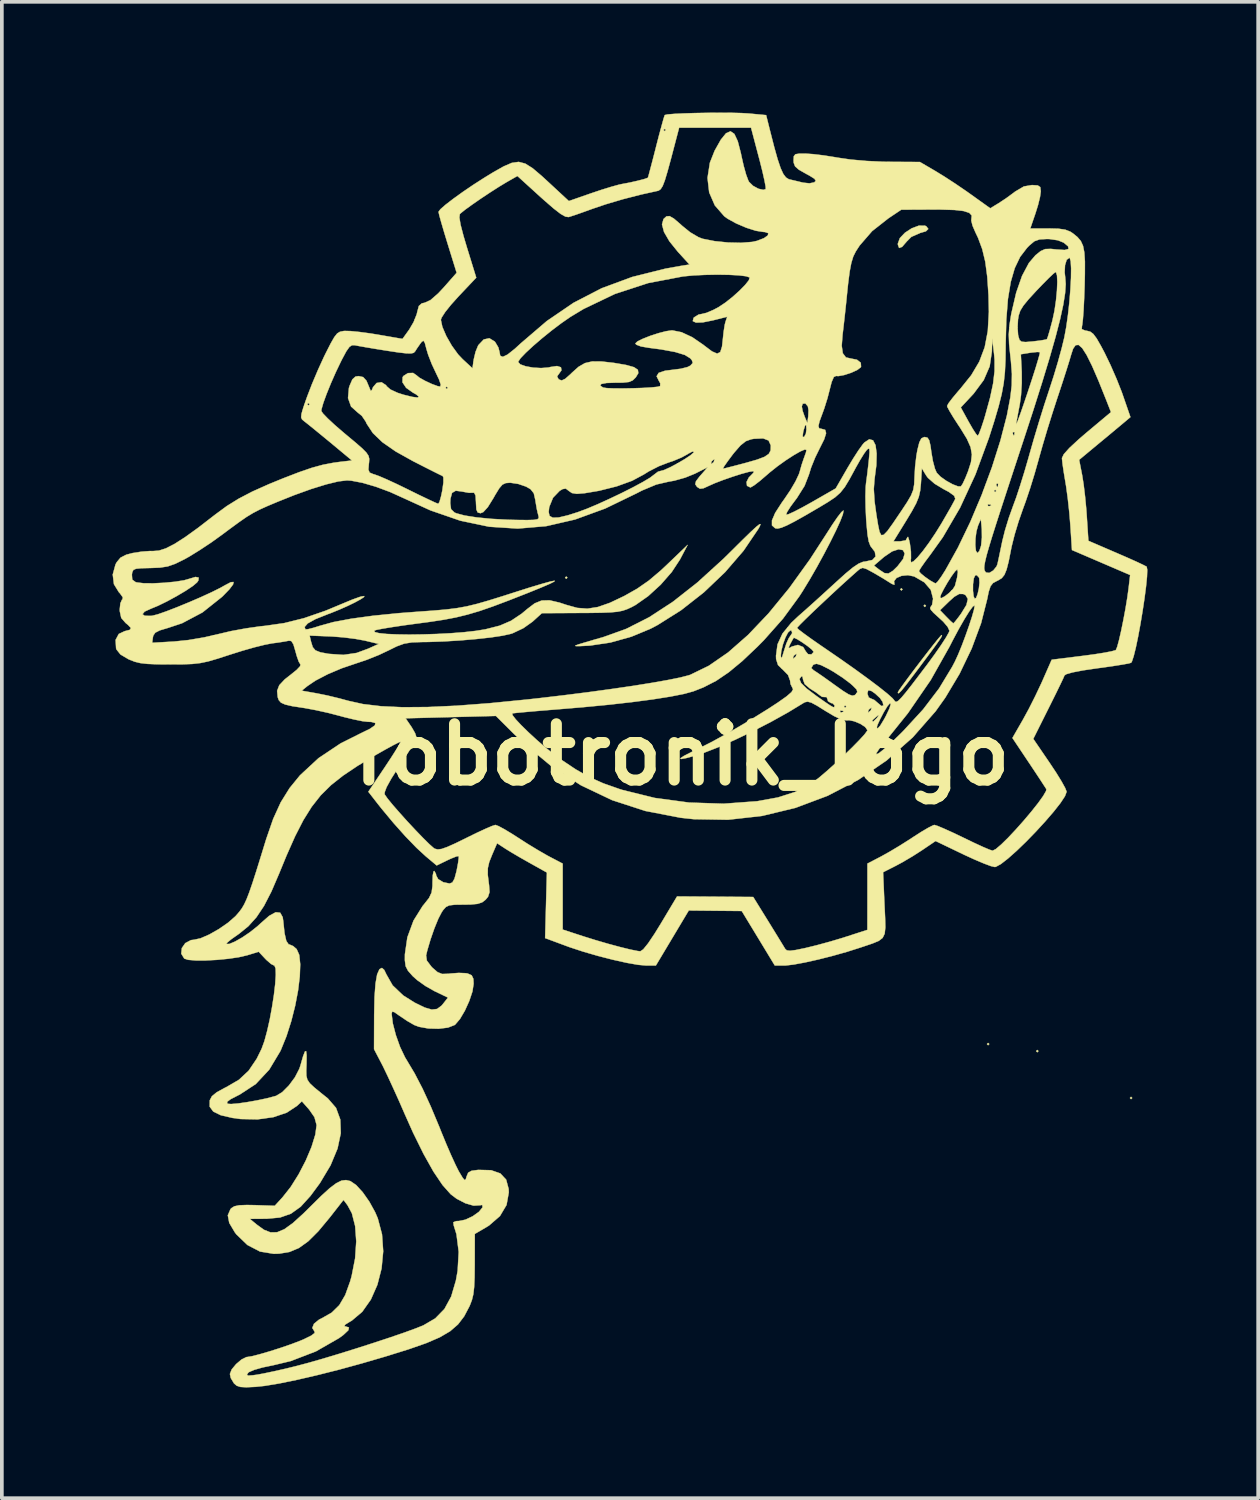
<source format=kicad_pcb>
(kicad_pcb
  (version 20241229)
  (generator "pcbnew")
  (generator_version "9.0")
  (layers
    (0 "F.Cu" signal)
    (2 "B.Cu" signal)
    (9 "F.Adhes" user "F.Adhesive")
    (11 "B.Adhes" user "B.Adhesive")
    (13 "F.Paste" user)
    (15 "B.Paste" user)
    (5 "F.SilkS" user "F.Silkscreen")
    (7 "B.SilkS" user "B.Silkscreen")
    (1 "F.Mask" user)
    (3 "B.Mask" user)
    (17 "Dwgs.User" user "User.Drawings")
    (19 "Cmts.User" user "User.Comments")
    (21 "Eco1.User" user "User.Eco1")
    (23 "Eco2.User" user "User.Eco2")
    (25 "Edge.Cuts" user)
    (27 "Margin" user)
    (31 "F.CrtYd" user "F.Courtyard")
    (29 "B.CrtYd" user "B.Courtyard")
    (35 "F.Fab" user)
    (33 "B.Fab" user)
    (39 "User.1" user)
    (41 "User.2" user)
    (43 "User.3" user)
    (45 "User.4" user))
  (footprint "robotronik_logo"
    (layer "F.Cu")
    (at 15.434 17.395)
    (property "Reference" "robotronik_logo" (at 0 0 0) (layer "F.SilkS") (effects (font (size 1.524 1.524) (thickness 0.3))))
    (attr through_hole)
    (fp_poly (pts (xy -3.111 -4.794) (xy -3.143 -4.763) (xy -3.175 -4.794) (xy -3.143 -4.826) (xy -3.111 -4.794)) (stroke (width 0.01) (type solid)) (fill yes) (layer "F.SilkS"))
    (fp_poly (pts (xy 5.969 -4.477) (xy 5.937 -4.445) (xy 5.905 -4.477) (xy 5.937 -4.508) (xy 5.969 -4.477)) (stroke (width 0.01) (type solid)) (fill yes) (layer "F.SilkS"))
    (fp_poly (pts (xy 6.604 -4.032) (xy 6.572 -4) (xy 6.54 -4.032) (xy 6.572 -4.064) (xy 6.604 -4.032)) (stroke (width 0.01) (type solid)) (fill yes) (layer "F.SilkS"))
    (fp_poly (pts (xy 8.319 7.842) (xy 8.287 7.874) (xy 8.255 7.842) (xy 8.287 7.811) (xy 8.319 7.842)) (stroke (width 0.01) (type solid)) (fill yes) (layer "F.SilkS"))
    (fp_poly (pts (xy 9.652 8.033) (xy 9.62 8.065) (xy 9.588 8.033) (xy 9.62 8.001) (xy 9.652 8.033)) (stroke (width 0.01) (type solid)) (fill yes) (layer "F.SilkS"))
    (fp_poly (pts (xy 12.192 9.303) (xy 12.16 9.335) (xy 12.129 9.303) (xy 12.16 9.271) (xy 12.192 9.303)) (stroke (width 0.01) (type solid)) (fill yes) (layer "F.SilkS"))
    (fp_poly (pts (xy 6.611 -14.315) (xy 6.667 -14.243) (xy 6.603 -14.179) (xy 6.445 -14.133) (xy 6.206 -14.027) (xy 6.084 -13.904) (xy 5.956 -13.756) (xy 5.876 -13.727) (xy 5.843 -13.814) (xy 5.842 -13.846) (xy 5.896 -13.994) (xy 6.034 -14.139) (xy 6.217 -14.259) (xy 6.41 -14.331) (xy 6.573 -14.332) (xy 6.611 -14.315)) (stroke (width 0.01) (type solid)) (fill yes) (layer "F.SilkS"))
    (fp_poly (pts (xy 7.038 -3.228) (xy 7.021 -3.187) (xy 6.967 -3.102) (xy 6.866 -2.96) (xy 6.709 -2.746) (xy 6.487 -2.448) (xy 6.425 -2.365) (xy 6.202 -2.069) (xy 6.043 -1.862) (xy 5.938 -1.733) (xy 5.876 -1.671) (xy 5.848 -1.662) (xy 5.842 -1.687) (xy 5.878 -1.749) (xy 5.976 -1.887) (xy 6.119 -2.082) (xy 6.292 -2.312) (xy 6.477 -2.555) (xy 6.658 -2.79) (xy 6.819 -2.995) (xy 6.944 -3.149) (xy 7.016 -3.231) (xy 7.026 -3.239) (xy 7.038 -3.228)) (stroke (width 0.01) (type solid)) (fill yes) (layer "F.SilkS"))
    (fp_poly (pts (xy 2.103 -6.191) (xy 2.063 -6.117) (xy 1.662 -5.525) (xy 1.161 -4.944) (xy 0.587 -4.397) (xy -0.033 -3.911) (xy -0.674 -3.508) (xy -0.857 -3.412) (xy -1.379 -3.195) (xy -1.945 -3.037) (xy -2.492 -2.955) (xy -2.537 -2.952) (xy -2.768 -2.94) (xy -2.885 -2.94) (xy -2.899 -2.953) (xy -2.822 -2.983) (xy -2.794 -2.992) (xy -2.617 -3.045) (xy -2.373 -3.117) (xy -2.13 -3.187) (xy -1.516 -3.408) (xy -0.893 -3.724) (xy -0.254 -4.141) (xy 0.411 -4.664) (xy 1.109 -5.299) (xy 1.327 -5.513) (xy 1.631 -5.815) (xy 1.854 -6.032) (xy 2.005 -6.172) (xy 2.092 -6.24) (xy 2.121 -6.245) (xy 2.103 -6.191)) (stroke (width 0.01) (type solid)) (fill yes) (layer "F.SilkS"))
    (fp_poly (pts (xy 1.333 -17.389) (xy 1.6 -17.382) (xy 1.792 -17.371) (xy 2.273 -17.326) (xy 2.379 -16.902) (xy 2.492 -16.461) (xy 2.585 -16.129) (xy 2.665 -15.891) (xy 2.738 -15.732) (xy 2.81 -15.637) (xy 2.887 -15.589) (xy 2.911 -15.583) (xy 3.102 -15.538) (xy 3.276 -15.496) (xy 3.448 -15.478) (xy 3.578 -15.505) (xy 3.619 -15.548) (xy 3.581 -15.603) (xy 3.449 -15.686) (xy 3.35 -15.739) (xy 3.159 -15.848) (xy 3.058 -15.937) (xy 3.02 -16.036) (xy 3.016 -16.101) (xy 3.023 -16.211) (xy 3.066 -16.266) (xy 3.178 -16.284) (xy 3.334 -16.284) (xy 3.547 -16.269) (xy 3.832 -16.235) (xy 4.135 -16.187) (xy 4.213 -16.173) (xy 4.566 -16.122) (xy 4.996 -16.084) (xy 5.452 -16.063) (xy 5.607 -16.061) (xy 6.439 -16.056) (xy 6.855 -15.813) (xy 7.098 -15.664) (xy 7.393 -15.472) (xy 7.691 -15.269) (xy 7.808 -15.186) (xy 8.345 -14.802) (xy 8.57 -14.938) (xy 8.772 -15.071) (xy 8.982 -15.225) (xy 9.016 -15.252) (xy 9.257 -15.394) (xy 9.476 -15.431) (xy 9.633 -15.421) (xy 9.7 -15.376) (xy 9.714 -15.267) (xy 9.714 -15.256) (xy 9.693 -15.106) (xy 9.639 -14.887) (xy 9.571 -14.668) (xy 9.43 -14.256) (xy 9.917 -14.256) (xy 10.192 -14.249) (xy 10.378 -14.222) (xy 10.514 -14.169) (xy 10.584 -14.123) (xy 10.709 -14.021) (xy 10.799 -13.915) (xy 10.859 -13.784) (xy 10.894 -13.606) (xy 10.91 -13.359) (xy 10.909 -13.024) (xy 10.902 -12.7) (xy 10.889 -12.352) (xy 10.874 -12.044) (xy 10.856 -11.8) (xy 10.838 -11.646) (xy 10.83 -11.609) (xy 10.825 -11.528) (xy 10.917 -11.489) (xy 10.965 -11.482) (xy 11.055 -11.459) (xy 11.137 -11.397) (xy 11.228 -11.275) (xy 11.344 -11.073) (xy 11.441 -10.89) (xy 11.602 -10.557) (xy 11.768 -10.177) (xy 11.909 -9.82) (xy 11.94 -9.731) (xy 12.143 -9.144) (xy 12.011 -9.033) (xy 11.91 -8.948) (xy 11.737 -8.804) (xy 11.518 -8.621) (xy 11.317 -8.455) (xy 10.754 -7.987) (xy 10.836 -7.566) (xy 10.876 -7.313) (xy 10.915 -6.987) (xy 10.948 -6.639) (xy 10.96 -6.468) (xy 11.004 -5.793) (xy 11.772 -5.462) (xy 12.062 -5.336) (xy 12.308 -5.226) (xy 12.488 -5.141) (xy 12.579 -5.094) (xy 12.584 -5.09) (xy 12.599 -5.005) (xy 12.592 -4.819) (xy 12.566 -4.556) (xy 12.525 -4.239) (xy 12.473 -3.892) (xy 12.414 -3.538) (xy 12.352 -3.201) (xy 12.29 -2.903) (xy 12.232 -2.669) (xy 12.183 -2.522) (xy 12.162 -2.489) (xy 12.091 -2.469) (xy 11.917 -2.438) (xy 11.665 -2.398) (xy 11.358 -2.354) (xy 11.256 -2.341) (xy 10.862 -2.283) (xy 10.576 -2.228) (xy 10.405 -2.179) (xy 10.356 -2.145) (xy 10.32 -2.061) (xy 10.237 -1.887) (xy 10.119 -1.645) (xy 9.976 -1.357) (xy 9.92 -1.245) (xy 9.511 -0.427) (xy 9.962 0.234) (xy 10.135 0.495) (xy 10.277 0.726) (xy 10.375 0.904) (xy 10.414 1.004) (xy 10.414 1.007) (xy 10.369 1.127) (xy 10.247 1.312) (xy 10.064 1.545) (xy 9.836 1.809) (xy 9.582 2.086) (xy 9.318 2.358) (xy 9.06 2.607) (xy 8.826 2.815) (xy 8.632 2.966) (xy 8.496 3.04) (xy 8.469 3.045) (xy 8.362 3.02) (xy 8.169 2.948) (xy 7.915 2.84) (xy 7.627 2.708) (xy 7.599 2.694) (xy 6.864 2.341) (xy 6.496 2.59) (xy 6.242 2.753) (xy 5.967 2.915) (xy 5.785 3.013) (xy 5.442 3.187) (xy 5.48 4.07) (xy 5.497 4.426) (xy 5.503 4.679) (xy 5.485 4.851) (xy 5.429 4.966) (xy 5.324 5.047) (xy 5.154 5.117) (xy 4.908 5.2) (xy 4.818 5.23) (xy 4.465 5.342) (xy 4.079 5.451) (xy 3.689 5.55) (xy 3.326 5.631) (xy 3.018 5.688) (xy 2.795 5.714) (xy 2.762 5.714) (xy 2.508 5.714) (xy 2.06 4.975) (xy 1.612 4.237) (xy 0.895 4.23) (xy 0.177 4.223) (xy -0.269 4.969) (xy -0.715 5.715) (xy -0.972 5.715) (xy -1.195 5.695) (xy -1.508 5.64) (xy -1.88 5.557) (xy -2.282 5.454) (xy -2.683 5.338) (xy -3.054 5.216) (xy -3.149 5.181) (xy -3.715 4.971) (xy -3.691 4.083) (xy -3.667 3.195) (xy -4.136 2.933) (xy -4.383 2.793) (xy -4.615 2.657) (xy -4.786 2.552) (xy -4.81 2.536) (xy -5.016 2.401) (xy -5.149 2.709) (xy -5.229 2.909) (xy -5.267 3.074) (xy -5.269 3.254) (xy -5.239 3.501) (xy -5.234 3.534) (xy -5.221 3.725) (xy -5.262 3.852) (xy -5.328 3.931) (xy -5.422 4.003) (xy -5.548 4.044) (xy -5.741 4.062) (xy -5.921 4.064) (xy -6.161 4.067) (xy -6.31 4.084) (xy -6.402 4.127) (xy -6.475 4.208) (xy -6.518 4.271) (xy -6.609 4.447) (xy -6.715 4.706) (xy -6.819 5.005) (xy -6.907 5.303) (xy -6.94 5.44) (xy -6.92 5.58) (xy -6.795 5.746) (xy -6.768 5.774) (xy -6.629 5.894) (xy -6.506 5.943) (xy -6.34 5.938) (xy -6.272 5.93) (xy -6.055 5.914) (xy -5.863 5.922) (xy -5.815 5.93) (xy -5.705 5.978) (xy -5.659 6.075) (xy -5.652 6.208) (xy -5.684 6.417) (xy -5.77 6.674) (xy -5.889 6.937) (xy -6.023 7.164) (xy -6.151 7.314) (xy -6.167 7.326) (xy -6.347 7.396) (xy -6.6 7.427) (xy -6.878 7.42) (xy -7.133 7.374) (xy -7.258 7.327) (xy -7.451 7.216) (xy -7.65 7.082) (xy -7.668 7.07) (xy -7.798 6.978) (xy -7.858 6.962) (xy -7.873 7.016) (xy -7.873 7.029) (xy -7.841 7.286) (xy -7.759 7.6) (xy -7.644 7.922) (xy -7.511 8.201) (xy -7.471 8.267) (xy -7.25 8.637) (xy -7.036 9.049) (xy -6.816 9.527) (xy -6.577 10.098) (xy -6.532 10.212) (xy -6.398 10.538) (xy -6.264 10.849) (xy -6.144 11.11) (xy -6.054 11.29) (xy -6.046 11.303) (xy -5.949 11.465) (xy -5.895 11.528) (xy -5.864 11.504) (xy -5.843 11.43) (xy -5.799 11.327) (xy -5.707 11.275) (xy -5.527 11.251) (xy -5.178 11.26) (xy -4.928 11.347) (xy -4.771 11.515) (xy -4.703 11.768) (xy -4.699 11.862) (xy -4.76 12.201) (xy -4.939 12.502) (xy -5.234 12.758) (xy -5.32 12.811) (xy -5.62 12.986) (xy -5.622 13.811) (xy -5.626 14.168) (xy -5.638 14.428) (xy -5.66 14.62) (xy -5.698 14.776) (xy -5.755 14.925) (xy -5.769 14.954) (xy -5.909 15.22) (xy -6.076 15.438) (xy -6.289 15.622) (xy -6.568 15.786) (xy -6.932 15.943) (xy -7.401 16.107) (xy -7.429 16.116) (xy -8.045 16.308) (xy -8.672 16.491) (xy -9.292 16.661) (xy -9.886 16.811) (xy -10.434 16.938) (xy -10.916 17.037) (xy -11.313 17.103) (xy -11.557 17.129) (xy -11.81 17.141) (xy -11.97 17.132) (xy -12.07 17.099) (xy -12.144 17.036) (xy -12.231 16.891) (xy -12.255 16.781) (xy -12.207 16.658) (xy -12.088 16.514) (xy -11.941 16.389) (xy -11.806 16.322) (xy -11.781 16.32) (xy -11.654 16.299) (xy -11.44 16.244) (xy -11.17 16.165) (xy -10.878 16.072) (xy -10.594 15.974) (xy -10.35 15.881) (xy -10.259 15.843) (xy -10.049 15.74) (xy -9.956 15.667) (xy -9.967 15.623) (xy -10.023 15.533) (xy -9.977 15.42) (xy -9.84 15.308) (xy -9.764 15.27) (xy -9.498 15.119) (xy -9.292 14.917) (xy -9.13 14.641) (xy -8.996 14.268) (xy -8.957 14.128) (xy -8.863 13.649) (xy -8.832 13.189) (xy -8.862 12.773) (xy -8.951 12.425) (xy -9.069 12.208) (xy -9.177 12.064) (xy -9.554 12.546) (xy -9.861 12.915) (xy -10.131 13.184) (xy -10.384 13.366) (xy -10.64 13.474) (xy -10.921 13.521) (xy -11.067 13.525) (xy -11.439 13.464) (xy -11.782 13.285) (xy -12.081 12.997) (xy -12.122 12.942) (xy -12.273 12.687) (xy -12.312 12.481) (xy -12.239 12.313) (xy -12.217 12.29) (xy -12.136 12.238) (xy -12.005 12.21) (xy -11.795 12.202) (xy -11.578 12.206) (xy -11.04 12.224) (xy -10.832 11.997) (xy -10.609 11.715) (xy -10.393 11.371) (xy -10.2 10.999) (xy -10.044 10.63) (xy -9.941 10.296) (xy -9.906 10.037) (xy -9.964 9.824) (xy -10.105 9.62) (xy -10.305 9.393) (xy -10.44 9.519) (xy -10.715 9.7) (xy -11.079 9.823) (xy -11.504 9.882) (xy -11.965 9.873) (xy -12.181 9.844) (xy -12.502 9.77) (xy -12.706 9.67) (xy -12.803 9.538) (xy -12.801 9.367) (xy -12.801 9.367) (xy -12.743 9.256) (xy -12.612 9.148) (xy -12.385 9.024) (xy -12.347 9.006) (xy -12.01 8.809) (xy -11.746 8.562) (xy -11.527 8.237) (xy -11.397 7.972) (xy -11.32 7.761) (xy -11.246 7.487) (xy -11.175 7.173) (xy -11.114 6.841) (xy -11.063 6.514) (xy -11.028 6.216) (xy -11.012 5.968) (xy -11.017 5.794) (xy -11.048 5.717) (xy -11.056 5.715) (xy -11.14 5.672) (xy -11.263 5.566) (xy -11.3 5.528) (xy -11.475 5.341) (xy -11.786 5.436) (xy -12.014 5.489) (xy -12.298 5.531) (xy -12.608 5.561) (xy -12.913 5.577) (xy -13.182 5.577) (xy -13.386 5.56) (xy -13.492 5.526) (xy -13.573 5.393) (xy -13.557 5.241) (xy -13.479 5.129) (xy -12.354 5.129) (xy -12.272 5.13) (xy -12.119 5.066) (xy -11.923 4.955) (xy -11.712 4.812) (xy -11.513 4.654) (xy -11.428 4.576) (xy -11.191 4.368) (xy -11.014 4.271) (xy -10.893 4.283) (xy -10.825 4.405) (xy -10.81 4.508) (xy -10.775 4.839) (xy -10.727 5.048) (xy -10.665 5.139) (xy -10.643 5.144) (xy -10.542 5.187) (xy -10.447 5.269) (xy -10.377 5.426) (xy -10.35 5.679) (xy -10.362 6.007) (xy -10.408 6.388) (xy -10.486 6.799) (xy -10.592 7.219) (xy -10.722 7.627) (xy -10.873 7.999) (xy -10.894 8.042) (xy -11.19 8.536) (xy -11.554 8.925) (xy -11.991 9.211) (xy -12.031 9.23) (xy -12.236 9.336) (xy -12.331 9.408) (xy -12.324 9.455) (xy -12.317 9.46) (xy -12.221 9.467) (xy -12.034 9.451) (xy -11.789 9.416) (xy -11.518 9.368) (xy -11.254 9.312) (xy -11.03 9.253) (xy -11 9.244) (xy -10.837 9.145) (xy -10.658 8.965) (xy -10.493 8.742) (xy -10.375 8.514) (xy -10.348 8.434) (xy -10.274 8.177) (xy -10.222 8.043) (xy -10.191 8.033) (xy -10.177 8.144) (xy -10.179 8.372) (xy -10.186 8.566) (xy -10.183 8.703) (xy -10.156 8.808) (xy -10.09 8.905) (xy -9.968 9.019) (xy -9.776 9.176) (xy -9.601 9.316) (xy -9.38 9.571) (xy -9.264 9.888) (xy -9.251 10.258) (xy -9.339 10.673) (xy -9.528 11.127) (xy -9.816 11.609) (xy -10.072 11.956) (xy -10.338 12.249) (xy -10.602 12.438) (xy -10.896 12.541) (xy -11.257 12.575) (xy -11.285 12.575) (xy -11.716 12.578) (xy -11.525 12.735) (xy -11.333 12.874) (xy -11.155 12.944) (xy -10.977 12.941) (xy -10.779 12.858) (xy -10.547 12.69) (xy -10.262 12.431) (xy -10.075 12.246) (xy -9.778 11.953) (xy -9.55 11.745) (xy -9.373 11.612) (xy -9.232 11.542) (xy -9.11 11.527) (xy -8.991 11.555) (xy -8.991 11.555) (xy -8.835 11.662) (xy -8.656 11.858) (xy -8.477 12.113) (xy -8.321 12.396) (xy -8.249 12.563) (xy -8.134 12.997) (xy -8.102 13.457) (xy -8.146 13.921) (xy -8.26 14.365) (xy -8.436 14.764) (xy -8.67 15.096) (xy -8.954 15.336) (xy -9.007 15.366) (xy -9.132 15.443) (xy -9.153 15.486) (xy -9.128 15.491) (xy -9.03 15.52) (xy -9.047 15.597) (xy -9.181 15.723) (xy -9.3 15.81) (xy -9.925 16.168) (xy -10.606 16.43) (xy -11.082 16.544) (xy -11.37 16.604) (xy -11.598 16.669) (xy -11.737 16.729) (xy -11.761 16.749) (xy -11.795 16.804) (xy -11.759 16.825) (xy -11.63 16.815) (xy -11.525 16.801) (xy -11.335 16.766) (xy -11.06 16.708) (xy -10.741 16.636) (xy -10.456 16.566) (xy -10.128 16.479) (xy -9.73 16.365) (xy -9.285 16.231) (xy -8.817 16.085) (xy -8.353 15.936) (xy -7.914 15.791) (xy -7.527 15.658) (xy -7.215 15.544) (xy -7.015 15.464) (xy -6.692 15.275) (xy -6.443 15.02) (xy -6.26 14.683) (xy -6.132 14.248) (xy -6.085 13.985) (xy -6.056 13.473) (xy -6.117 12.994) (xy -6.193 12.748) (xy -6.201 12.669) (xy -6.122 12.639) (xy -6.049 12.636) (xy -5.874 12.6) (xy -5.678 12.508) (xy -5.509 12.388) (xy -5.412 12.269) (xy -5.41 12.261) (xy -5.419 12.2) (xy -5.479 12.21) (xy -5.653 12.22) (xy -5.877 12.155) (xy -6.113 12.032) (xy -6.275 11.909) (xy -6.495 11.661) (xy -6.741 11.296) (xy -7.008 10.82) (xy -7.294 10.24) (xy -7.516 9.743) (xy -7.673 9.383) (xy -7.833 9.029) (xy -7.979 8.713) (xy -8.097 8.467) (xy -8.137 8.388) (xy -8.35 7.98) (xy -8.347 7.054) (xy -8.337 6.568) (xy -8.31 6.203) (xy -8.266 5.954) (xy -8.203 5.814) (xy -8.136 5.779) (xy -8.075 5.832) (xy -8.016 5.954) (xy -7.847 6.251) (xy -7.561 6.524) (xy -7.249 6.72) (xy -6.979 6.852) (xy -6.785 6.908) (xy -6.642 6.891) (xy -6.522 6.802) (xy -6.48 6.752) (xy -6.347 6.583) (xy -6.714 6.407) (xy -6.954 6.271) (xy -7.183 6.108) (xy -7.301 6.002) (xy -7.429 5.858) (xy -7.494 5.732) (xy -7.515 5.57) (xy -7.514 5.411) (xy -7.447 4.949) (xy -7.28 4.496) (xy -7.033 4.101) (xy -7 4.062) (xy -6.86 3.884) (xy -6.79 3.735) (xy -6.767 3.56) (xy -6.766 3.452) (xy -6.759 3.273) (xy -6.738 3.166) (xy -6.718 3.151) (xy -6.671 3.235) (xy -6.668 3.272) (xy -6.612 3.374) (xy -6.476 3.457) (xy -6.308 3.492) (xy -6.304 3.493) (xy -6.228 3.464) (xy -6.17 3.361) (xy -6.116 3.16) (xy -6.11 3.132) (xy -6.073 2.934) (xy -6.055 2.794) (xy -6.058 2.748) (xy -6.123 2.76) (xy -6.263 2.816) (xy -6.367 2.864) (xy -6.653 3.003) (xy -6.948 2.756) (xy -7.201 2.523) (xy -7.501 2.213) (xy -7.823 1.852) (xy -8.143 1.467) (xy -8.237 1.349) (xy -8.487 1.028) (xy -8.065 1.028) (xy -8.062 1.079) (xy -7.985 1.189) (xy -7.844 1.362) (xy -7.656 1.577) (xy -7.444 1.813) (xy -7.225 2.047) (xy -7.02 2.26) (xy -6.85 2.428) (xy -6.733 2.531) (xy -6.704 2.55) (xy -6.625 2.569) (xy -6.519 2.556) (xy -6.366 2.502) (xy -6.142 2.402) (xy -5.853 2.26) (xy -5.576 2.124) (xy -5.335 2.012) (xy -5.156 1.935) (xy -5.063 1.905) (xy -5.061 1.905) (xy -4.974 1.938) (xy -4.809 2.027) (xy -4.595 2.157) (xy -4.458 2.245) (xy -4.184 2.421) (xy -3.902 2.592) (xy -3.659 2.732) (xy -3.59 2.769) (xy -3.239 2.953) (xy -3.239 4.74) (xy -2.683 4.922) (xy -2.349 5.026) (xy -2.006 5.126) (xy -1.68 5.214) (xy -1.402 5.282) (xy -1.201 5.322) (xy -1.135 5.329) (xy -1.056 5.276) (xy -0.925 5.114) (xy -0.749 4.852) (xy -0.586 4.588) (xy -0.14 3.842) (xy 0.892 3.849) (xy 1.923 3.857) (xy 2.331 4.516) (xy 2.493 4.779) (xy 2.633 5.007) (xy 2.737 5.177) (xy 2.789 5.263) (xy 2.833 5.303) (xy 2.92 5.314) (xy 3.076 5.294) (xy 3.327 5.242) (xy 3.341 5.239) (xy 3.643 5.165) (xy 3.999 5.068) (xy 4.345 4.965) (xy 4.429 4.938) (xy 5.016 4.748) (xy 5.017 3.85) (xy 5.017 2.953) (xy 5.382 2.763) (xy 5.608 2.637) (xy 5.888 2.47) (xy 6.171 2.291) (xy 6.249 2.239) (xy 6.475 2.094) (xy 6.667 1.981) (xy 6.798 1.915) (xy 6.832 1.905) (xy 6.918 1.932) (xy 7.092 2.005) (xy 7.331 2.113) (xy 7.608 2.245) (xy 7.626 2.254) (xy 7.903 2.388) (xy 8.142 2.498) (xy 8.318 2.573) (xy 8.407 2.603) (xy 8.409 2.603) (xy 8.498 2.558) (xy 8.643 2.434) (xy 8.83 2.251) (xy 9.039 2.028) (xy 9.256 1.784) (xy 9.463 1.538) (xy 9.643 1.311) (xy 9.78 1.12) (xy 9.857 0.986) (xy 9.865 0.934) (xy 9.813 0.854) (xy 9.707 0.691) (xy 9.561 0.47) (xy 9.39 0.213) (xy 9.383 0.203) (xy 8.946 -0.451) (xy 9.227 -0.94) (xy 9.388 -1.235) (xy 9.564 -1.584) (xy 9.724 -1.922) (xy 9.759 -2) (xy 10.01 -2.571) (xy 10.853 -2.676) (xy 11.168 -2.718) (xy 11.438 -2.761) (xy 11.638 -2.8) (xy 11.742 -2.83) (xy 11.749 -2.835) (xy 11.784 -2.919) (xy 11.834 -3.102) (xy 11.892 -3.355) (xy 11.952 -3.65) (xy 12.01 -3.96) (xy 12.059 -4.258) (xy 12.094 -4.513) (xy 12.135 -4.866) (xy 10.559 -5.543) (xy 10.516 -6.206) (xy 10.487 -6.559) (xy 10.446 -6.936) (xy 10.4 -7.273) (xy 10.381 -7.387) (xy 10.338 -7.645) (xy 10.305 -7.868) (xy 10.289 -8.014) (xy 10.288 -8.035) (xy 10.338 -8.139) (xy 10.489 -8.308) (xy 10.744 -8.544) (xy 10.951 -8.722) (xy 11.616 -9.279) (xy 11.487 -9.608) (xy 11.278 -10.129) (xy 11.103 -10.533) (xy 10.957 -10.826) (xy 10.837 -11.014) (xy 10.738 -11.101) (xy 10.657 -11.093) (xy 10.589 -10.995) (xy 10.539 -10.843) (xy 10.493 -10.686) (xy 10.416 -10.439) (xy 10.317 -10.13) (xy 10.205 -9.789) (xy 10.159 -9.652) (xy 10.028 -9.248) (xy 9.89 -8.806) (xy 9.763 -8.378) (xy 9.66 -8.013) (xy 9.65 -7.976) (xy 9.546 -7.609) (xy 9.425 -7.216) (xy 9.303 -6.853) (xy 9.227 -6.646) (xy 9.113 -6.318) (xy 9.005 -5.961) (xy 8.924 -5.637) (xy 8.909 -5.562) (xy 8.845 -5.238) (xy 8.788 -5.015) (xy 8.729 -4.871) (xy 8.657 -4.781) (xy 8.561 -4.722) (xy 8.525 -4.705) (xy 8.421 -4.649) (xy 8.353 -4.563) (xy 8.303 -4.413) (xy 8.263 -4.216) (xy 8.097 -3.561) (xy 7.842 -2.874) (xy 7.513 -2.189) (xy 7.127 -1.543) (xy 6.865 -1.175) (xy 6.243 -0.465) (xy 5.539 0.157) (xy 4.767 0.686) (xy 3.938 1.116) (xy 3.066 1.443) (xy 2.162 1.661) (xy 1.239 1.765) (xy 0.31 1.749) (xy -0.043 1.711) (xy -1.001 1.526) (xy -1.899 1.234) (xy -2.745 0.831) (xy -3.546 0.314) (xy -4.312 -0.323) (xy -4.565 -0.566) (xy -5.048 -1.048) (xy -7.495 -0.984) (xy -7.33 -0.742) (xy -7.238 -0.582) (xy -7.196 -0.457) (xy -7.198 -0.424) (xy -7.244 -0.345) (xy -7.346 -0.183) (xy -7.489 0.039) (xy -7.658 0.297) (xy -7.671 0.318) (xy -7.88 0.646) (xy -8.01 0.881) (xy -8.065 1.028) (xy -8.487 1.028) (xy -8.505 1.006) (xy -8.057 0.339) (xy -7.89 0.086) (xy -7.755 -0.126) (xy -7.664 -0.277) (xy -7.63 -0.346) (xy -7.631 -0.348) (xy -7.69 -0.326) (xy -7.838 -0.251) (xy -8.051 -0.134) (xy -8.308 0.012) (xy -8.326 0.022) (xy -8.795 0.304) (xy -9.186 0.566) (xy -9.515 0.826) (xy -9.794 1.102) (xy -10.04 1.414) (xy -10.267 1.778) (xy -10.49 2.214) (xy -10.723 2.739) (xy -10.919 3.216) (xy -11.131 3.71) (xy -11.332 4.1) (xy -11.537 4.407) (xy -11.758 4.652) (xy -12.01 4.856) (xy -12.047 4.882) (xy -12.215 5) (xy -12.325 5.09) (xy -12.354 5.129) (xy -13.479 5.129) (xy -13.463 5.107) (xy -13.31 5.026) (xy -13.229 5.016) (xy -13.05 4.977) (xy -12.812 4.873) (xy -12.552 4.725) (xy -12.304 4.553) (xy -12.105 4.379) (xy -12.074 4.344) (xy -11.996 4.253) (xy -11.929 4.162) (xy -11.867 4.055) (xy -11.803 3.917) (xy -11.732 3.734) (xy -11.647 3.488) (xy -11.543 3.166) (xy -11.414 2.751) (xy -11.272 2.289) (xy -11.083 1.743) (xy -10.878 1.293) (xy -10.638 0.907) (xy -10.356 0.561) (xy -9.854 0.096) (xy -9.259 -0.302) (xy -8.717 -0.574) (xy -8.461 -0.699) (xy -8.327 -0.793) (xy -8.315 -0.855) (xy -8.427 -0.886) (xy -8.516 -0.889) (xy -8.663 -0.906) (xy -8.89 -0.952) (xy -9.159 -1.017) (xy -9.269 -1.047) (xy -9.588 -1.13) (xy -9.927 -1.205) (xy -10.221 -1.26) (xy -10.273 -1.268) (xy -10.566 -1.313) (xy -10.757 -1.357) (xy -10.871 -1.408) (xy -10.932 -1.478) (xy -10.96 -1.558) (xy -10.976 -1.728) (xy -10.918 -1.88) (xy -10.77 -2.038) (xy -10.602 -2.17) (xy -10.446 -2.296) (xy -10.354 -2.394) (xy -10.343 -2.44) (xy -10.39 -2.518) (xy -10.446 -2.678) (xy -10.478 -2.796) (xy -10.535 -2.989) (xy -10.592 -3.078) (xy -10.659 -3.086) (xy -10.779 -3.063) (xy -10.973 -3.033) (xy -11.113 -3.015) (xy -11.31 -2.977) (xy -11.589 -2.908) (xy -11.915 -2.815) (xy -12.249 -2.71) (xy -12.255 -2.708) (xy -12.588 -2.6) (xy -12.841 -2.526) (xy -13.056 -2.481) (xy -13.275 -2.456) (xy -13.537 -2.446) (xy -13.875 -2.445) (xy -14.232 -2.447) (xy -14.491 -2.458) (xy -14.682 -2.48) (xy -14.834 -2.517) (xy -14.977 -2.573) (xy -15 -2.583) (xy -15.22 -2.713) (xy -15.329 -2.85) (xy -15.339 -2.88) (xy -15.352 -3.108) (xy -15.266 -3.269) (xy -15.108 -3.344) (xy -14.966 -3.381) (xy -14.937 -3.43) (xy -15.017 -3.515) (xy -15.081 -3.567) (xy -15.199 -3.703) (xy -15.239 -3.888) (xy -15.24 -3.936) (xy -15.223 -4.099) (xy -15.18 -4.196) (xy -15.167 -4.205) (xy -15.156 -4.26) (xy -15.234 -4.369) (xy -15.262 -4.398) (xy -15.397 -4.617) (xy -15.429 -4.876) (xy -14.911 -4.876) (xy -14.901 -4.74) (xy -14.81 -4.674) (xy -14.776 -4.665) (xy -14.594 -4.643) (xy -14.333 -4.641) (xy -14.034 -4.656) (xy -13.741 -4.684) (xy -13.496 -4.723) (xy -13.353 -4.764) (xy -13.187 -4.814) (xy -13.101 -4.796) (xy -13.11 -4.716) (xy -13.146 -4.665) (xy -13.259 -4.569) (xy -13.455 -4.438) (xy -13.7 -4.293) (xy -13.961 -4.151) (xy -14.207 -4.031) (xy -14.387 -3.957) (xy -14.565 -3.876) (xy -14.623 -3.805) (xy -14.564 -3.761) (xy -14.391 -3.759) (xy -14.358 -3.763) (xy -14.209 -3.801) (xy -13.975 -3.883) (xy -13.683 -3.996) (xy -13.362 -4.128) (xy -13.04 -4.267) (xy -12.746 -4.402) (xy -12.508 -4.521) (xy -12.395 -4.585) (xy -12.231 -4.671) (xy -12.156 -4.677) (xy -12.169 -4.611) (xy -12.267 -4.481) (xy -12.448 -4.294) (xy -12.48 -4.265) (xy -12.999 -3.852) (xy -13.55 -3.56) (xy -13.938 -3.431) (xy -14.156 -3.366) (xy -14.277 -3.304) (xy -14.331 -3.226) (xy -14.341 -3.181) (xy -14.362 -3.03) (xy -13.769 -3.064) (xy -13.38 -3.104) (xy -12.951 -3.177) (xy -12.742 -3.225) (xy -10.096 -3.225) (xy -10.056 -3.057) (xy -10.011 -2.912) (xy -9.938 -2.825) (xy -9.805 -2.772) (xy -9.579 -2.73) (xy -9.179 -2.702) (xy -8.824 -2.754) (xy -8.509 -2.87) (xy -8.223 -2.999) (xy -8.604 -3.09) (xy -8.856 -3.136) (xy -9.173 -3.176) (xy -9.492 -3.201) (xy -9.54 -3.203) (xy -10.096 -3.225) (xy -12.742 -3.225) (xy -12.573 -3.264) (xy -12.226 -3.346) (xy -11.822 -3.42) (xy -11.43 -3.476) (xy -11.3 -3.489) (xy -10.783 -3.563) (xy -10.246 -3.697) (xy -9.662 -3.899) (xy -9.144 -4.115) (xy -8.939 -4.2) (xy -8.755 -4.266) (xy -8.7 -4.283) (xy -8.613 -4.296) (xy -8.625 -4.267) (xy -8.716 -4.207) (xy -8.87 -4.123) (xy -9.068 -4.027) (xy -9.292 -3.928) (xy -9.523 -3.834) (xy -9.605 -3.804) (xy -9.938 -3.671) (xy -10.147 -3.555) (xy -10.231 -3.458) (xy -10.21 -3.394) (xy -10.139 -3.398) (xy -9.986 -3.437) (xy -9.817 -3.49) (xy -9.452 -3.591) (xy -8.968 -3.682) (xy -8.373 -3.763) (xy -7.675 -3.833) (xy -7.147 -3.873) (xy -6.726 -3.903) (xy -6.388 -3.933) (xy -6.102 -3.969) (xy -5.837 -4.017) (xy -5.562 -4.084) (xy -5.245 -4.175) (xy -4.856 -4.296) (xy -4.604 -4.377) (xy -4.142 -4.524) (xy -3.796 -4.628) (xy -3.567 -4.691) (xy -3.457 -4.712) (xy -3.464 -4.69) (xy -3.589 -4.627) (xy -3.834 -4.522) (xy -4.191 -4.377) (xy -4.706 -4.175) (xy -5.131 -4.015) (xy -5.493 -3.89) (xy -5.818 -3.794) (xy -6.133 -3.717) (xy -6.464 -3.654) (xy -6.838 -3.597) (xy -7.176 -3.552) (xy -7.539 -3.503) (xy -7.859 -3.455) (xy -8.114 -3.413) (xy -8.282 -3.38) (xy -8.341 -3.361) (xy -8.332 -3.321) (xy -8.215 -3.291) (xy -8.008 -3.269) (xy -7.729 -3.257) (xy -7.398 -3.252) (xy -7.031 -3.257) (xy -6.649 -3.269) (xy -6.269 -3.289) (xy -5.91 -3.317) (xy -5.59 -3.353) (xy -5.327 -3.396) (xy -5.324 -3.397) (xy -4.944 -3.494) (xy -4.638 -3.626) (xy -4.352 -3.817) (xy -4.198 -3.946) (xy -3.998 -4.098) (xy -3.808 -4.175) (xy -3.595 -4.181) (xy -3.325 -4.118) (xy -3.141 -4.057) (xy -2.846 -3.975) (xy -2.57 -3.954) (xy -2.285 -3.999) (xy -1.959 -4.113) (xy -1.572 -4.297) (xy -1.22 -4.496) (xy -0.905 -4.715) (xy -0.581 -4.989) (xy -0.418 -5.142) (xy 0.147 -5.683) (xy -0.063 -5.284) (xy -0.285 -4.946) (xy -0.584 -4.604) (xy -0.922 -4.295) (xy -1.264 -4.055) (xy -1.371 -3.997) (xy -1.495 -3.94) (xy -1.615 -3.899) (xy -1.755 -3.871) (xy -1.939 -3.854) (xy -2.191 -3.844) (xy -2.534 -3.839) (xy -2.743 -3.838) (xy -3.803 -3.832) (xy -4.056 -3.602) (xy -4.304 -3.426) (xy -4.591 -3.29) (xy -4.648 -3.271) (xy -4.87 -3.222) (xy -5.191 -3.174) (xy -5.581 -3.131) (xy -6.012 -3.094) (xy -6.454 -3.067) (xy -6.88 -3.052) (xy -7.051 -3.05) (xy -7.325 -3.041) (xy -7.533 -3.007) (xy -7.734 -2.934) (xy -7.94 -2.832) (xy -8.222 -2.699) (xy -8.552 -2.567) (xy -8.826 -2.475) (xy -9.224 -2.34) (xy -9.606 -2.178) (xy -9.936 -2.006) (xy -10.156 -1.857) (xy -10.311 -1.732) (xy -9.902 -1.66) (xy -9.615 -1.602) (xy -9.288 -1.523) (xy -9.049 -1.458) (xy -8.648 -1.369) (xy -8.16 -1.311) (xy -7.579 -1.284) (xy -6.898 -1.289) (xy -6.112 -1.325) (xy -5.217 -1.393) (xy -4.205 -1.493) (xy -3.887 -1.528) (xy -3.199 -1.609) (xy -2.534 -1.693) (xy -1.907 -1.779) (xy -1.331 -1.863) (xy -0.821 -1.945) (xy -0.391 -2.021) (xy -0.054 -2.089) (xy 0.174 -2.148) (xy 0.219 -2.163) (xy 0.72 -2.407) (xy 1.244 -2.769) (xy 1.785 -3.244) (xy 2.338 -3.826) (xy 2.899 -4.511) (xy 3.461 -5.292) (xy 3.902 -5.973) (xy 4.066 -6.229) (xy 4.206 -6.433) (xy 4.31 -6.567) (xy 4.365 -6.614) (xy 4.369 -6.609) (xy 4.353 -6.514) (xy 4.282 -6.329) (xy 4.166 -6.074) (xy 4.015 -5.769) (xy 3.84 -5.433) (xy 3.65 -5.085) (xy 3.455 -4.746) (xy 3.266 -4.435) (xy 3.17 -4.286) (xy 2.729 -3.683) (xy 2.21 -3.098) (xy 2.035 -2.921) (xy 1.624 -2.532) (xy 1.26 -2.231) (xy 0.92 -2) (xy 0.578 -1.824) (xy 0.305 -1.716) (xy 0.048 -1.645) (xy -0.323 -1.572) (xy -0.796 -1.497) (xy -1.357 -1.423) (xy -1.994 -1.351) (xy -2.694 -1.284) (xy -3.239 -1.238) (xy -3.634 -1.206) (xy -3.987 -1.177) (xy -4.279 -1.151) (xy -4.488 -1.131) (xy -4.595 -1.119) (xy -4.604 -1.117) (xy -4.598 -1.069) (xy -4.511 -0.956) (xy -4.36 -0.795) (xy -4.164 -0.603) (xy -3.939 -0.396) (xy -3.703 -0.192) (xy -3.472 -0.005) (xy -3.302 0.121) (xy -2.888 0.398) (xy -2.516 0.609) (xy -2.137 0.779) (xy -1.702 0.932) (xy -1.619 0.958) (xy -0.743 1.174) (xy 0.184 1.299) (xy 1.12 1.33) (xy 2.026 1.263) (xy 2.035 1.262) (xy 2.594 1.16) (xy 3.057 1.012) (xy 3.453 0.809) (xy 3.539 0.752) (xy 3.7 0.63) (xy 3.906 0.455) (xy 4.138 0.248) (xy 4.377 0.025) (xy 4.449 -0.045) (xy 5.263 -0.045) (xy 5.263 -0.007) (xy 5.336 -0.045) (xy 5.476 -0.156) (xy 5.675 -0.335) (xy 5.927 -0.579) (xy 5.998 -0.651) (xy 6.527 -1.226) (xy 6.958 -1.792) (xy 7.314 -2.38) (xy 7.39 -2.525) (xy 7.476 -2.713) (xy 7.575 -2.955) (xy 7.676 -3.224) (xy 7.771 -3.493) (xy 7.85 -3.735) (xy 7.903 -3.922) (xy 7.922 -4.028) (xy 7.918 -4.041) (xy 7.87 -4.009) (xy 7.776 -3.881) (xy 7.648 -3.675) (xy 7.495 -3.408) (xy 7.33 -3.099) (xy 7.239 -2.921) (xy 6.732 -2.02) (xy 6.113 -1.12) (xy 5.506 -0.365) (xy 5.342 -0.163) (xy 5.263 -0.045) (xy 4.449 -0.045) (xy 4.603 -0.194) (xy 4.796 -0.391) (xy 4.939 -0.547) (xy 5.011 -0.645) (xy 5.016 -0.662) (xy 4.966 -0.739) (xy 5.271 -0.739) (xy 5.295 -0.707) (xy 5.364 -0.784) (xy 5.472 -0.962) (xy 5.518 -1.047) (xy 5.614 -1.25) (xy 5.649 -1.368) (xy 5.629 -1.392) (xy 5.559 -1.312) (xy 5.46 -1.149) (xy 5.36 -0.957) (xy 5.291 -0.807) (xy 5.271 -0.739) (xy 4.966 -0.739) (xy 4.962 -0.745) (xy 4.83 -0.832) (xy 4.666 -0.902) (xy 4.614 -0.913) (xy 5.144 -0.913) (xy 5.174 -0.894) (xy 5.259 -0.976) (xy 5.279 -1) (xy 5.334 -1.075) (xy 5.301 -1.06) (xy 5.255 -1.024) (xy 5.167 -0.946) (xy 5.144 -0.913) (xy 4.614 -0.913) (xy 4.517 -0.933) (xy 4.464 -0.927) (xy 4.334 -0.941) (xy 4.117 -1.042) (xy 3.878 -1.185) (xy 3.877 -1.185) (xy 4.276 -1.185) (xy 4.284 -1.148) (xy 4.318 -1.143) (xy 4.327 -1.147) (xy 5.032 -1.147) (xy 5.041 -1.143) (xy 5.099 -1.188) (xy 5.112 -1.206) (xy 5.128 -1.266) (xy 5.119 -1.27) (xy 5.061 -1.225) (xy 5.048 -1.206) (xy 5.032 -1.147) (xy 4.327 -1.147) (xy 4.37 -1.166) (xy 4.36 -1.185) (xy 4.285 -1.193) (xy 4.276 -1.185) (xy 3.877 -1.185) (xy 3.65 -1.327) (xy 3.499 -1.408) (xy 3.399 -1.435) (xy 3.323 -1.42) (xy 3.279 -1.395) (xy 2.868 -1.145) (xy 2.404 -0.887) (xy 1.915 -0.635) (xy 1.43 -0.401) (xy 0.976 -0.2) (xy 0.581 -0.046) (xy 0.371 0.023) (xy 0.112 0.093) (xy -0.029 0.119) (xy -0.051 0.1) (xy 0.044 0.036) (xy 0.258 -0.074) (xy 0.364 -0.124) (xy 0.806 -0.347) (xy 1.309 -0.624) (xy 1.832 -0.931) (xy 2.336 -1.244) (xy 2.594 -1.413) (xy 2.829 -1.579) (xy 2.962 -1.695) (xy 3.003 -1.77) (xy 2.991 -1.797) (xy 2.934 -1.913) (xy 2.921 -2.011) (xy 2.908 -2.046) (xy 3.175 -2.046) (xy 3.221 -1.938) (xy 3.369 -1.791) (xy 3.627 -1.596) (xy 3.632 -1.592) (xy 3.861 -1.431) (xy 4.006 -1.333) (xy 4.085 -1.288) (xy 4.12 -1.285) (xy 4.124 -1.302) (xy 4.381 -1.302) (xy 4.413 -1.27) (xy 4.445 -1.302) (xy 4.413 -1.333) (xy 4.381 -1.302) (xy 4.124 -1.302) (xy 4.127 -1.315) (xy 4.128 -1.333) (xy 4.076 -1.39) (xy 4.032 -1.397) (xy 3.949 -1.448) (xy 3.937 -1.496) (xy 3.908 -1.563) (xy 3.879 -1.559) (xy 3.79 -1.565) (xy 3.734 -1.603) (xy 3.619 -1.69) (xy 3.462 -1.789) (xy 3.459 -1.791) (xy 3.318 -1.911) (xy 3.275 -2.026) (xy 3.258 -2.114) (xy 3.227 -2.12) (xy 3.175 -2.046) (xy 2.908 -2.046) (xy 2.866 -2.158) (xy 2.731 -2.296) (xy 2.679 -2.346) (xy 3.496 -2.346) (xy 3.56 -2.285) (xy 3.654 -2.224) (xy 3.821 -2.109) (xy 4.031 -1.959) (xy 4.132 -1.886) (xy 4.359 -1.725) (xy 4.509 -1.632) (xy 4.605 -1.597) (xy 4.67 -1.61) (xy 4.699 -1.633) (xy 4.713 -1.653) (xy 5.016 -1.653) (xy 5.052 -1.549) (xy 5.102 -1.524) (xy 5.205 -1.48) (xy 5.307 -1.392) (xy 5.402 -1.315) (xy 5.45 -1.332) (xy 5.429 -1.428) (xy 5.357 -1.534) (xy 5.226 -1.655) (xy 5.128 -1.723) (xy 5.041 -1.746) (xy 5.017 -1.666) (xy 5.016 -1.653) (xy 4.713 -1.653) (xy 4.744 -1.696) (xy 4.723 -1.766) (xy 4.62 -1.87) (xy 4.549 -1.932) (xy 4.347 -2.084) (xy 4.101 -2.244) (xy 3.964 -2.323) (xy 3.765 -2.423) (xy 3.642 -2.461) (xy 3.566 -2.444) (xy 3.543 -2.424) (xy 3.496 -2.346) (xy 2.679 -2.346) (xy 2.595 -2.427) (xy 2.544 -2.585) (xy 2.543 -2.608) (xy 3 -2.608) (xy 3.009 -2.603) (xy 3.067 -2.648) (xy 3.08 -2.667) (xy 3.096 -2.726) (xy 3.087 -2.731) (xy 3.029 -2.686) (xy 3.016 -2.667) (xy 3 -2.608) (xy 2.543 -2.608) (xy 2.54 -2.678) (xy 2.541 -2.682) (xy 2.671 -2.682) (xy 2.681 -2.609) (xy 2.708 -2.649) (xy 2.756 -2.807) (xy 2.758 -2.814) (xy 2.785 -2.897) (xy 2.88 -2.897) (xy 2.908 -2.89) (xy 2.972 -2.928) (xy 3.136 -2.972) (xy 3.277 -2.914) (xy 3.346 -2.798) (xy 3.408 -2.723) (xy 3.498 -2.714) (xy 3.554 -2.773) (xy 3.556 -2.792) (xy 3.51 -2.848) (xy 3.397 -2.94) (xy 3.254 -3.04) (xy 3.12 -3.124) (xy 3.033 -3.165) (xy 3.019 -3.164) (xy 2.98 -3.098) (xy 2.926 -2.997) (xy 2.88 -2.897) (xy 2.785 -2.897) (xy 2.82 -3.007) (xy 2.885 -3.152) (xy 2.912 -3.192) (xy 2.979 -3.293) (xy 2.961 -3.358) (xy 2.928 -3.365) (xy 2.867 -3.31) (xy 2.795 -3.171) (xy 2.729 -2.989) (xy 2.683 -2.805) (xy 2.671 -2.682) (xy 2.541 -2.682) (xy 2.582 -2.988) (xy 2.716 -3.279) (xy 2.842 -3.433) (xy 3.111 -3.433) (xy 3.161 -3.384) (xy 3.298 -3.279) (xy 3.503 -3.131) (xy 3.757 -2.954) (xy 3.857 -2.886) (xy 4.28 -2.595) (xy 4.675 -2.317) (xy 5.028 -2.06) (xy 5.325 -1.837) (xy 5.552 -1.656) (xy 5.696 -1.528) (xy 5.738 -1.478) (xy 5.766 -1.44) (xy 5.801 -1.429) (xy 5.853 -1.458) (xy 5.933 -1.537) (xy 6.051 -1.677) (xy 6.218 -1.889) (xy 6.443 -2.185) (xy 6.628 -2.429) (xy 6.836 -2.713) (xy 7.014 -2.969) (xy 7.148 -3.176) (xy 7.226 -3.316) (xy 7.239 -3.358) (xy 7.192 -3.46) (xy 7.072 -3.602) (xy 6.943 -3.72) (xy 6.8 -3.85) (xy 6.749 -3.912) (xy 6.985 -3.912) (xy 7.156 -3.734) (xy 7.269 -3.62) (xy 7.339 -3.559) (xy 7.346 -3.556) (xy 7.391 -3.603) (xy 7.484 -3.722) (xy 7.556 -3.82) (xy 7.699 -4.053) (xy 7.739 -4.218) (xy 7.676 -4.323) (xy 7.613 -4.352) (xy 7.503 -4.353) (xy 7.372 -4.278) (xy 7.233 -4.153) (xy 6.985 -3.912) (xy 6.749 -3.912) (xy 6.721 -3.947) (xy 6.721 -3.987) (xy 6.77 -4.06) (xy 6.794 -4.208) (xy 6.795 -4.231) (xy 6.788 -4.256) (xy 6.985 -4.256) (xy 7.023 -4.24) (xy 7.116 -4.29) (xy 7.23 -4.379) (xy 7.288 -4.438) (xy 7.877 -4.438) (xy 7.895 -4.288) (xy 7.922 -4.227) (xy 7.962 -4.246) (xy 8.003 -4.352) (xy 8.037 -4.502) (xy 8.054 -4.659) (xy 8.046 -4.78) (xy 8.041 -4.795) (xy 7.979 -4.863) (xy 7.938 -4.858) (xy 7.899 -4.775) (xy 7.878 -4.617) (xy 7.877 -4.438) (xy 7.288 -4.438) (xy 7.332 -4.482) (xy 7.389 -4.572) (xy 7.446 -4.791) (xy 7.468 -4.948) (xy 7.451 -5.014) (xy 7.447 -5.015) (xy 7.39 -4.963) (xy 7.296 -4.834) (xy 7.187 -4.663) (xy 7.085 -4.485) (xy 7.01 -4.336) (xy 6.985 -4.256) (xy 6.788 -4.256) (xy 6.733 -4.466) (xy 6.558 -4.669) (xy 6.285 -4.827) (xy 6.114 -4.862) (xy 5.942 -4.844) (xy 5.805 -4.786) (xy 5.739 -4.699) (xy 5.745 -4.65) (xy 5.748 -4.6) (xy 5.679 -4.626) (xy 5.605 -4.672) (xy 5.439 -4.776) (xy 5.232 -4.898) (xy 5.156 -4.941) (xy 4.99 -5.03) (xy 4.891 -5.06) (xy 4.816 -5.033) (xy 4.743 -4.973) (xy 4.532 -4.785) (xy 4.289 -4.565) (xy 4.032 -4.327) (xy 3.777 -4.088) (xy 3.541 -3.865) (xy 3.341 -3.672) (xy 3.195 -3.527) (xy 3.119 -3.445) (xy 3.111 -3.433) (xy 2.842 -3.433) (xy 2.954 -3.571) (xy 3.141 -3.747) (xy 3.351 -3.932) (xy 3.618 -4.172) (xy 3.906 -4.434) (xy 4.154 -4.661) (xy 4.426 -4.907) (xy 4.629 -5.074) (xy 4.702 -5.122) (xy 5.194 -5.122) (xy 5.343 -5.007) (xy 5.479 -4.918) (xy 5.588 -4.907) (xy 5.691 -4.97) (xy 6.414 -4.97) (xy 6.462 -4.91) (xy 6.576 -4.816) (xy 6.713 -4.72) (xy 6.83 -4.653) (xy 6.869 -4.639) (xy 6.921 -4.688) (xy 7.016 -4.818) (xy 7.132 -5.001) (xy 7.16 -5.051) (xy 8.181 -5.051) (xy 8.189 -4.998) (xy 8.207 -4.962) (xy 8.232 -4.934) (xy 8.318 -4.923) (xy 8.427 -4.989) (xy 8.516 -5.099) (xy 8.54 -5.161) (xy 8.569 -5.292) (xy 8.613 -5.503) (xy 8.665 -5.751) (xy 8.668 -5.769) (xy 8.744 -6.073) (xy 8.849 -6.417) (xy 8.958 -6.721) (xy 9.048 -6.965) (xy 9.156 -7.293) (xy 9.272 -7.666) (xy 9.382 -8.044) (xy 9.405 -8.127) (xy 9.525 -8.547) (xy 9.665 -9.014) (xy 9.808 -9.473) (xy 9.937 -9.865) (xy 9.94 -9.874) (xy 10.061 -10.247) (xy 10.18 -10.643) (xy 10.282 -11.015) (xy 10.352 -11.303) (xy 10.405 -11.589) (xy 10.451 -11.916) (xy 10.489 -12.261) (xy 10.516 -12.601) (xy 10.533 -12.914) (xy 10.536 -13.175) (xy 10.525 -13.364) (xy 10.499 -13.456) (xy 10.488 -13.462) (xy 10.416 -13.406) (xy 10.371 -13.261) (xy 10.361 -13.067) (xy 10.376 -12.934) (xy 10.39 -12.749) (xy 10.373 -12.503) (xy 10.323 -12.188) (xy 10.238 -11.797) (xy 10.116 -11.323) (xy 9.955 -10.758) (xy 9.754 -10.096) (xy 9.511 -9.328) (xy 9.264 -8.572) (xy 9.021 -7.834) (xy 8.815 -7.206) (xy 8.643 -6.68) (xy 8.503 -6.246) (xy 8.392 -5.895) (xy 8.308 -5.617) (xy 8.247 -5.404) (xy 8.208 -5.244) (xy 8.187 -5.13) (xy 8.181 -5.051) (xy 7.16 -5.051) (xy 7.474 -5.617) (xy 7.497 -5.666) (xy 7.94 -5.666) (xy 7.957 -5.522) (xy 7.996 -5.461) (xy 7.998 -5.461) (xy 8.049 -5.516) (xy 8.094 -5.651) (xy 8.098 -5.67) (xy 8.119 -5.88) (xy 8.116 -6.111) (xy 8.114 -6.131) (xy 8.091 -6.382) (xy 8.014 -6.203) (xy 7.97 -6.046) (xy 7.945 -5.854) (xy 7.94 -5.666) (xy 7.497 -5.666) (xy 7.805 -6.306) (xy 8.002 -6.773) (xy 8.276 -6.773) (xy 8.285 -6.736) (xy 8.319 -6.731) (xy 8.371 -6.754) (xy 8.361 -6.773) (xy 8.285 -6.781) (xy 8.276 -6.773) (xy 8.002 -6.773) (xy 8.114 -7.038) (xy 8.153 -7.144) (xy 8.445 -7.144) (xy 8.477 -7.112) (xy 8.509 -7.144) (xy 8.477 -7.176) (xy 8.445 -7.144) (xy 8.153 -7.144) (xy 8.212 -7.303) (xy 8.509 -7.303) (xy 8.532 -7.25) (xy 8.551 -7.26) (xy 8.559 -7.336) (xy 8.551 -7.345) (xy 8.514 -7.336) (xy 8.509 -7.303) (xy 8.212 -7.303) (xy 8.39 -7.783) (xy 8.621 -8.511) (xy 8.67 -8.7) (xy 8.954 -8.7) (xy 8.977 -8.647) (xy 8.996 -8.657) (xy 9.003 -8.733) (xy 8.996 -8.742) (xy 8.958 -8.733) (xy 8.954 -8.7) (xy 8.67 -8.7) (xy 8.736 -8.954) (xy 9.045 -8.954) (xy 9.055 -8.958) (xy 9.099 -9.067) (xy 9.172 -9.266) (xy 9.266 -9.538) (xy 9.367 -9.837) (xy 9.479 -10.178) (xy 9.574 -10.475) (xy 9.644 -10.708) (xy 9.685 -10.857) (xy 9.692 -10.903) (xy 9.621 -10.909) (xy 9.472 -10.894) (xy 9.421 -10.887) (xy 9.174 -10.847) (xy 9.198 -10.371) (xy 9.199 -10.065) (xy 9.179 -9.742) (xy 9.147 -9.504) (xy 9.102 -9.268) (xy 9.064 -9.06) (xy 9.045 -8.954) (xy 8.736 -8.954) (xy 8.797 -9.191) (xy 8.889 -9.678) (xy 8.927 -10.005) (xy 8.932 -10.317) (xy 8.904 -10.674) (xy 8.89 -10.795) (xy 8.856 -11.123) (xy 8.847 -11.383) (xy 8.86 -11.569) (xy 9.086 -11.569) (xy 9.099 -11.374) (xy 9.108 -11.33) (xy 9.139 -11.233) (xy 9.194 -11.187) (xy 9.307 -11.178) (xy 9.503 -11.195) (xy 9.701 -11.219) (xy 9.839 -11.243) (xy 9.881 -11.257) (xy 9.907 -11.326) (xy 9.955 -11.487) (xy 10.015 -11.709) (xy 10.033 -11.779) (xy 10.086 -12.028) (xy 10.126 -12.301) (xy 10.152 -12.569) (xy 10.162 -12.805) (xy 10.154 -12.98) (xy 10.127 -13.068) (xy 10.112 -13.073) (xy 10.052 -13.026) (xy 9.925 -12.906) (xy 9.752 -12.731) (xy 9.597 -12.569) (xy 9.383 -12.336) (xy 9.242 -12.164) (xy 9.158 -12.027) (xy 9.115 -11.897) (xy 9.097 -11.787) (xy 9.086 -11.569) (xy 8.86 -11.569) (xy 8.865 -11.631) (xy 8.911 -11.923) (xy 8.92 -11.967) (xy 9.048 -12.516) (xy 9.207 -12.971) (xy 9.393 -13.321) (xy 9.572 -13.531) (xy 9.715 -13.645) (xy 9.835 -13.697) (xy 9.987 -13.702) (xy 10.137 -13.686) (xy 10.361 -13.672) (xy 10.467 -13.7) (xy 10.454 -13.771) (xy 10.336 -13.871) (xy 10.177 -13.935) (xy 9.953 -13.968) (xy 9.882 -13.97) (xy 9.682 -13.959) (xy 9.541 -13.909) (xy 9.403 -13.793) (xy 9.341 -13.729) (xy 9.155 -13.486) (xy 9.009 -13.182) (xy 8.9 -12.806) (xy 8.824 -12.344) (xy 8.78 -11.783) (xy 8.763 -11.111) (xy 8.763 -11.081) (xy 8.758 -10.694) (xy 8.742 -10.366) (xy 8.71 -10.067) (xy 8.655 -9.767) (xy 8.572 -9.436) (xy 8.457 -9.045) (xy 8.311 -8.587) (xy 7.944 -7.589) (xy 7.526 -6.687) (xy 7.061 -5.89) (xy 6.721 -5.415) (xy 6.577 -5.223) (xy 6.469 -5.068) (xy 6.416 -4.979) (xy 6.414 -4.97) (xy 5.691 -4.97) (xy 5.707 -4.98) (xy 5.835 -5.105) (xy 5.984 -5.3) (xy 6.027 -5.448) (xy 5.981 -5.54) (xy 5.862 -5.563) (xy 5.686 -5.506) (xy 5.47 -5.359) (xy 5.469 -5.358) (xy 5.194 -5.122) (xy 4.702 -5.122) (xy 4.781 -5.175) (xy 4.898 -5.223) (xy 4.964 -5.232) (xy 5.151 -5.273) (xy 5.239 -5.368) (xy 5.218 -5.497) (xy 5.16 -5.572) (xy 5.098 -5.654) (xy 5.054 -5.772) (xy 5.052 -5.779) (xy 5.723 -5.779) (xy 5.909 -5.779) (xy 6.055 -5.805) (xy 6.103 -5.89) (xy 6.117 -5.901) (xy 6.147 -5.809) (xy 6.168 -5.715) (xy 6.196 -5.503) (xy 6.198 -5.316) (xy 6.192 -5.271) (xy 6.2 -5.207) (xy 6.265 -5.236) (xy 6.376 -5.344) (xy 6.52 -5.517) (xy 6.685 -5.74) (xy 6.861 -6.001) (xy 7.023 -6.262) (xy 7.167 -6.511) (xy 7.289 -6.724) (xy 7.371 -6.876) (xy 7.398 -6.931) (xy 7.368 -7.013) (xy 7.221 -7.119) (xy 7.081 -7.193) (xy 6.838 -7.339) (xy 6.657 -7.498) (xy 6.611 -7.56) (xy 6.492 -7.755) (xy 6.467 -7.35) (xy 6.447 -7.153) (xy 6.409 -6.984) (xy 6.338 -6.809) (xy 6.221 -6.593) (xy 6.082 -6.362) (xy 5.723 -5.779) (xy 5.052 -5.779) (xy 5.021 -5.953) (xy 4.995 -6.223) (xy 4.983 -6.379) (xy 4.968 -6.696) (xy 4.963 -7.001) (xy 4.97 -7.249) (xy 4.98 -7.354) (xy 5.013 -7.602) (xy 5.046 -7.885) (xy 5.058 -8.001) (xy 5.075 -8.195) (xy 5.069 -8.284) (xy 5.037 -8.288) (xy 5 -8.255) (xy 4.925 -8.153) (xy 4.815 -7.975) (xy 4.693 -7.759) (xy 4.687 -7.747) (xy 4.529 -7.456) (xy 4.404 -7.249) (xy 4.283 -7.097) (xy 4.141 -6.971) (xy 3.949 -6.843) (xy 3.715 -6.702) (xy 3.333 -6.479) (xy 3.044 -6.317) (xy 2.833 -6.209) (xy 2.684 -6.147) (xy 2.582 -6.124) (xy 2.518 -6.133) (xy 2.431 -6.21) (xy 2.431 -6.346) (xy 2.499 -6.502) (xy 2.813 -6.502) (xy 2.815 -6.498) (xy 2.881 -6.514) (xy 3.033 -6.583) (xy 3.249 -6.695) (xy 3.505 -6.837) (xy 4.159 -7.212) (xy 4.477 -7.764) (xy 4.628 -8.016) (xy 4.772 -8.24) (xy 4.889 -8.403) (xy 4.934 -8.455) (xy 5.067 -8.543) (xy 5.169 -8.516) (xy 5.237 -8.384) (xy 5.267 -8.157) (xy 5.259 -7.842) (xy 5.21 -7.461) (xy 5.19 -7.197) (xy 5.211 -6.857) (xy 5.261 -6.495) (xy 5.306 -6.22) (xy 5.345 -6.037) (xy 5.391 -5.947) (xy 5.458 -5.954) (xy 5.559 -6.058) (xy 5.706 -6.262) (xy 5.913 -6.568) (xy 5.93 -6.592) (xy 6.094 -6.841) (xy 6.199 -7.021) (xy 6.258 -7.169) (xy 6.284 -7.319) (xy 6.293 -7.506) (xy 6.293 -7.513) (xy 6.309 -7.801) (xy 6.345 -8.105) (xy 6.372 -8.255) (xy 6.424 -8.461) (xy 6.479 -8.568) (xy 6.554 -8.603) (xy 6.572 -8.604) (xy 6.644 -8.587) (xy 6.691 -8.517) (xy 6.726 -8.367) (xy 6.75 -8.191) (xy 6.791 -7.953) (xy 6.846 -7.747) (xy 6.894 -7.637) (xy 6.997 -7.53) (xy 7.155 -7.418) (xy 7.327 -7.323) (xy 7.474 -7.267) (xy 7.55 -7.267) (xy 7.599 -7.34) (xy 7.672 -7.497) (xy 7.745 -7.678) (xy 7.823 -7.922) (xy 7.848 -8.129) (xy 7.813 -8.33) (xy 7.712 -8.557) (xy 7.537 -8.843) (xy 7.487 -8.918) (xy 7.347 -9.134) (xy 7.24 -9.312) (xy 7.191 -9.406) (xy 7.547 -9.406) (xy 7.758 -9.022) (xy 7.868 -8.83) (xy 7.957 -8.692) (xy 8.006 -8.637) (xy 8.007 -8.637) (xy 8.04 -8.693) (xy 8.098 -8.844) (xy 8.171 -9.064) (xy 8.209 -9.192) (xy 8.34 -9.667) (xy 8.423 -10.056) (xy 8.462 -10.39) (xy 8.462 -10.698) (xy 8.448 -10.858) (xy 8.399 -11.271) (xy 8.389 -10.922) (xy 8.33 -10.521) (xy 8.168 -10.147) (xy 7.894 -9.778) (xy 7.841 -9.721) (xy 7.547 -9.406) (xy 7.191 -9.406) (xy 7.182 -9.425) (xy 7.176 -9.447) (xy 7.215 -9.52) (xy 7.321 -9.66) (xy 7.473 -9.842) (xy 7.533 -9.91) (xy 7.83 -10.279) (xy 8.048 -10.647) (xy 8.195 -11.038) (xy 8.279 -11.478) (xy 8.308 -11.993) (xy 8.298 -12.446) (xy 8.264 -12.948) (xy 8.21 -13.355) (xy 8.128 -13.696) (xy 8.014 -14.003) (xy 7.943 -14.151) (xy 7.866 -14.329) (xy 7.831 -14.468) (xy 7.834 -14.51) (xy 7.843 -14.607) (xy 7.777 -14.678) (xy 7.626 -14.727) (xy 7.377 -14.756) (xy 7.02 -14.767) (xy 6.793 -14.768) (xy 5.935 -14.764) (xy 5.587 -14.531) (xy 5.144 -14.183) (xy 4.806 -13.793) (xy 4.701 -13.631) (xy 4.633 -13.494) (xy 4.58 -13.319) (xy 4.535 -13.081) (xy 4.493 -12.754) (xy 4.472 -12.552) (xy 4.437 -12.205) (xy 4.401 -11.871) (xy 4.369 -11.588) (xy 4.346 -11.393) (xy 4.345 -11.388) (xy 4.321 -11.078) (xy 4.35 -10.874) (xy 4.435 -10.762) (xy 4.565 -10.732) (xy 4.734 -10.699) (xy 4.837 -10.617) (xy 4.845 -10.51) (xy 4.836 -10.493) (xy 4.742 -10.421) (xy 4.575 -10.345) (xy 4.387 -10.284) (xy 4.228 -10.255) (xy 4.169 -10.26) (xy 4.107 -10.232) (xy 4.047 -10.093) (xy 4.004 -9.925) (xy 3.934 -9.654) (xy 3.847 -9.377) (xy 3.802 -9.253) (xy 3.72 -9.031) (xy 3.69 -8.902) (xy 3.709 -8.841) (xy 3.775 -8.826) (xy 3.873 -8.799) (xy 3.898 -8.709) (xy 3.846 -8.543) (xy 3.726 -8.303) (xy 3.6 -8.046) (xy 3.492 -7.778) (xy 3.433 -7.588) (xy 3.314 -7.281) (xy 3.105 -6.949) (xy 3.069 -6.902) (xy 2.934 -6.72) (xy 2.843 -6.577) (xy 2.813 -6.502) (xy 2.499 -6.502) (xy 2.519 -6.55) (xy 2.699 -6.829) (xy 2.765 -6.921) (xy 2.93 -7.165) (xy 3.07 -7.404) (xy 3.161 -7.598) (xy 3.179 -7.652) (xy 3.236 -7.854) (xy 3.295 -8.028) (xy 3.304 -8.052) (xy 3.352 -8.186) (xy 3.365 -8.255) (xy 3.319 -8.266) (xy 3.195 -8.213) (xy 3.016 -8.11) (xy 2.805 -7.973) (xy 2.583 -7.814) (xy 2.375 -7.649) (xy 2.286 -7.572) (xy 2.102 -7.414) (xy 1.95 -7.297) (xy 1.855 -7.241) (xy 1.845 -7.239) (xy 1.755 -7.283) (xy 1.742 -7.386) (xy 1.805 -7.51) (xy 1.851 -7.555) (xy 1.933 -7.64) (xy 1.933 -7.681) (xy 1.928 -7.681) (xy 1.809 -7.662) (xy 1.609 -7.608) (xy 1.364 -7.53) (xy 1.111 -7.442) (xy 0.884 -7.355) (xy 0.738 -7.29) (xy 0.576 -7.216) (xy 0.48 -7.204) (xy 0.407 -7.25) (xy 0.399 -7.257) (xy 0.353 -7.326) (xy 0.372 -7.406) (xy 0.468 -7.533) (xy 0.499 -7.568) (xy 0.658 -7.749) (xy 1.101 -7.749) (xy 1.103 -7.747) (xy 1.174 -7.762) (xy 1.339 -7.804) (xy 1.57 -7.864) (xy 1.721 -7.904) (xy 2.028 -7.992) (xy 2.229 -8.068) (xy 2.345 -8.147) (xy 2.395 -8.242) (xy 2.399 -8.367) (xy 2.398 -8.382) (xy 2.339 -8.511) (xy 2.191 -8.568) (xy 1.944 -8.557) (xy 1.867 -8.544) (xy 1.723 -8.492) (xy 1.579 -8.378) (xy 1.406 -8.18) (xy 1.363 -8.125) (xy 1.229 -7.945) (xy 1.136 -7.812) (xy 1.101 -7.749) (xy 0.658 -7.749) (xy 0.691 -7.787) (xy 0.346 -7.613) (xy 0.08 -7.505) (xy -0.216 -7.422) (xy -0.365 -7.396) (xy -0.702 -7.318) (xy -1.089 -7.156) (xy -1.238 -7.079) (xy -2.089 -6.667) (xy -2.901 -6.371) (xy -3.686 -6.19) (xy -4.458 -6.124) (xy -5.23 -6.174) (xy -6.013 -6.338) (xy -6.821 -6.617) (xy -7.542 -6.946) (xy -7.915 -7.115) (xy -8.3 -7.258) (xy -8.662 -7.364) (xy -8.967 -7.422) (xy -9.084 -7.43) (xy -9.318 -7.402) (xy -9.646 -7.322) (xy -10.05 -7.197) (xy -10.511 -7.031) (xy -10.957 -6.853) (xy -11.231 -6.738) (xy -11.444 -6.642) (xy -11.625 -6.548) (xy -11.804 -6.44) (xy -12.007 -6.299) (xy -12.265 -6.11) (xy -12.474 -5.954) (xy -12.762 -5.747) (xy -13.07 -5.543) (xy -13.351 -5.369) (xy -13.485 -5.294) (xy -13.737 -5.17) (xy -13.94 -5.099) (xy -14.152 -5.066) (xy -14.408 -5.056) (xy -14.652 -5.05) (xy -14.798 -5.036) (xy -14.871 -5.003) (xy -14.901 -4.942) (xy -14.911 -4.876) (xy -15.429 -4.876) (xy -15.429 -4.879) (xy -15.355 -5.151) (xy -15.323 -5.211) (xy -15.219 -5.336) (xy -15.063 -5.416) (xy -14.887 -5.462) (xy -14.649 -5.499) (xy -14.421 -5.516) (xy -14.339 -5.515) (xy -14.178 -5.527) (xy -13.987 -5.589) (xy -13.755 -5.708) (xy -13.468 -5.892) (xy -13.114 -6.147) (xy -12.682 -6.481) (xy -12.636 -6.516) (xy -12.338 -6.735) (xy -12.017 -6.934) (xy -11.647 -7.127) (xy -11.2 -7.327) (xy -10.814 -7.485) (xy -10.383 -7.651) (xy -10.034 -7.771) (xy -9.735 -7.853) (xy -9.452 -7.907) (xy -9.284 -7.93) (xy -8.948 -7.969) (xy -9.538 -8.46) (xy -9.78 -8.659) (xy -9.995 -8.835) (xy -10.16 -8.968) (xy -10.248 -9.037) (xy -10.301 -9.082) (xy -10.325 -9.139) (xy -10.316 -9.233) (xy -10.293 -9.31) (xy -9.779 -9.31) (xy -9.732 -9.241) (xy -9.605 -9.109) (xy -9.415 -8.932) (xy -9.18 -8.729) (xy -9.118 -8.677) (xy -8.853 -8.456) (xy -8.672 -8.298) (xy -8.559 -8.184) (xy -8.5 -8.096) (xy -8.48 -8.015) (xy -8.485 -7.923) (xy -8.49 -7.883) (xy -8.503 -7.722) (xy -8.47 -7.641) (xy -8.367 -7.598) (xy -8.342 -7.592) (xy -8.217 -7.547) (xy -8.007 -7.457) (xy -7.741 -7.334) (xy -7.444 -7.19) (xy -7.404 -7.17) (xy -7.122 -7.031) (xy -6.881 -6.916) (xy -6.705 -6.834) (xy -6.614 -6.796) (xy -6.608 -6.795) (xy -6.6 -6.809) (xy -6.286 -6.809) (xy -6.263 -6.649) (xy -6.173 -6.561) (xy -6.121 -6.538) (xy -5.896 -6.478) (xy -5.571 -6.427) (xy -5.174 -6.388) (xy -4.732 -6.364) (xy -4.485 -6.358) (xy -4.2 -6.355) (xy -4.019 -6.36) (xy -3.923 -6.376) (xy -3.888 -6.409) (xy -3.893 -6.464) (xy -3.902 -6.493) (xy -3.92 -6.569) (xy -3.619 -6.569) (xy -3.594 -6.467) (xy -3.507 -6.419) (xy -3.346 -6.425) (xy -3.095 -6.485) (xy -2.821 -6.572) (xy -2.58 -6.662) (xy -2.286 -6.786) (xy -1.964 -6.933) (xy -1.637 -7.089) (xy -1.33 -7.244) (xy -1.067 -7.386) (xy -0.872 -7.502) (xy -0.768 -7.581) (xy -0.767 -7.582) (xy -0.656 -7.666) (xy -0.59 -7.684) (xy -0.486 -7.713) (xy -0.319 -7.789) (xy -0.152 -7.878) (xy 0.778 -7.878) (xy 0.786 -7.874) (xy 0.844 -7.919) (xy 0.857 -7.938) (xy 0.873 -7.997) (xy 0.865 -8.001) (xy 0.807 -7.956) (xy 0.794 -7.938) (xy 0.778 -7.878) (xy -0.152 -7.878) (xy -0.123 -7.894) (xy 0.069 -8.007) (xy 0.224 -8.11) (xy 0.31 -8.185) (xy 0.318 -8.201) (xy 0.274 -8.211) (xy 0.166 -8.155) (xy 0.143 -8.139) (xy -0.02 -8.05) (xy -0.243 -7.957) (xy -0.376 -7.913) (xy -0.631 -7.815) (xy -0.905 -7.675) (xy -1.043 -7.589) (xy -1.36 -7.419) (xy -1.774 -7.269) (xy -2.256 -7.148) (xy -2.642 -7.083) (xy -2.857 -7.065) (xy -2.989 -7.087) (xy -3.069 -7.142) (xy -3.155 -7.208) (xy -3.242 -7.194) (xy -3.322 -7.146) (xy -3.501 -6.96) (xy -3.604 -6.708) (xy -3.619 -6.569) (xy -3.92 -6.569) (xy -3.939 -6.649) (xy -3.974 -6.854) (xy -3.98 -6.897) (xy -4.022 -7.081) (xy -4.11 -7.192) (xy -4.232 -7.262) (xy -4.443 -7.334) (xy -4.657 -7.366) (xy -4.666 -7.366) (xy -4.783 -7.357) (xy -4.872 -7.315) (xy -4.958 -7.215) (xy -5.069 -7.034) (xy -5.114 -6.953) (xy -5.268 -6.705) (xy -5.39 -6.571) (xy -5.466 -6.54) (xy -5.542 -6.561) (xy -5.578 -6.642) (xy -5.588 -6.817) (xy -5.588 -6.832) (xy -5.6 -7.02) (xy -5.639 -7.096) (xy -5.667 -7.096) (xy -5.779 -7.093) (xy -5.945 -7.123) (xy -5.962 -7.127) (xy -6.136 -7.15) (xy -6.237 -7.091) (xy -6.28 -6.932) (xy -6.286 -6.809) (xy -6.6 -6.809) (xy -6.576 -6.851) (xy -6.534 -6.999) (xy -6.5 -7.16) (xy -6.471 -7.37) (xy -6.471 -7.509) (xy -6.489 -7.547) (xy -6.565 -7.583) (xy -6.73 -7.665) (xy -6.962 -7.782) (xy -7.238 -7.923) (xy -7.29 -7.949) (xy -7.763 -8.213) (xy -8.124 -8.464) (xy -8.283 -8.617) (xy 3.261 -8.617) (xy 3.299 -8.603) (xy 3.349 -8.691) (xy 3.365 -8.809) (xy 3.357 -8.93) (xy 3.332 -8.925) (xy 3.29 -8.795) (xy 3.277 -8.742) (xy 3.261 -8.617) (xy -8.283 -8.617) (xy -8.382 -8.712) (xy -8.55 -8.966) (xy -8.575 -9.023) (xy -8.681 -9.179) (xy -8.795 -9.271) (xy -8.974 -9.432) (xy -8.974 -9.434) (xy 3.239 -9.434) (xy 3.262 -9.312) (xy 3.314 -9.164) (xy 3.39 -8.985) (xy 3.414 -9.165) (xy 3.421 -9.329) (xy 3.404 -9.435) (xy 3.336 -9.515) (xy 3.264 -9.507) (xy 3.239 -9.434) (xy -8.974 -9.434) (xy -9.055 -9.66) (xy -9.031 -9.933) (xy -9.012 -9.994) (xy -8.937 -10.166) (xy -8.853 -10.242) (xy -8.77 -10.255) (xy -8.646 -10.229) (xy -8.556 -10.131) (xy -8.475 -9.938) (xy -8.44 -9.852) (xy -8.409 -9.878) (xy -8.378 -9.954) (xy -8.28 -10.069) (xy -8.147 -10.089) (xy -8.026 -10.01) (xy -8.006 -9.979) (xy -7.906 -9.892) (xy -7.711 -9.802) (xy -7.553 -9.751) (xy -7.312 -9.692) (xy -7.17 -9.674) (xy -7.134 -9.697) (xy -7.21 -9.76) (xy -7.295 -9.807) (xy -7.48 -9.938) (xy -6.413 -9.938) (xy -6.382 -9.906) (xy -6.35 -9.938) (xy -6.382 -9.97) (xy -6.413 -9.938) (xy -7.48 -9.938) (xy -7.482 -9.94) (xy -7.58 -10.087) (xy -7.576 -10.225) (xy -7.553 -10.259) (xy -7.431 -10.336) (xy -7.292 -10.341) (xy -7.203 -10.28) (xy -7.12 -10.212) (xy -6.964 -10.125) (xy -6.783 -10.041) (xy -6.625 -9.983) (xy -6.558 -9.971) (xy -6.541 -10.021) (xy -6.588 -10.163) (xy -6.67 -10.335) (xy -6.786 -10.582) (xy -6.884 -10.835) (xy -6.929 -10.984) (xy -6.973 -11.152) (xy -7.009 -11.214) (xy -7.055 -11.188) (xy -7.091 -11.143) (xy -7.187 -11.005) (xy -7.237 -10.925) (xy -7.275 -10.886) (xy -7.348 -10.869) (xy -7.477 -10.872) (xy -7.687 -10.896) (xy -7.998 -10.943) (xy -8.011 -10.945) (xy -8.312 -10.993) (xy -8.578 -11.038) (xy -8.777 -11.073) (xy -8.87 -11.091) (xy -8.947 -11.093) (xy -9.018 -11.045) (xy -9.102 -10.926) (xy -9.215 -10.715) (xy -9.244 -10.658) (xy -9.384 -10.366) (xy -9.518 -10.062) (xy -9.635 -9.774) (xy -9.724 -9.53) (xy -9.773 -9.359) (xy -9.779 -9.31) (xy -10.293 -9.31) (xy -10.27 -9.39) (xy -10.235 -9.493) (xy -10.16 -9.493) (xy -10.128 -9.461) (xy -10.097 -9.493) (xy -10.128 -9.525) (xy -10.16 -9.493) (xy -10.235 -9.493) (xy -10.186 -9.634) (xy -10.159 -9.708) (xy -10.03 -10.043) (xy -9.869 -10.423) (xy -9.706 -10.78) (xy -9.658 -10.877) (xy -9.524 -11.141) (xy -9.427 -11.311) (xy -9.349 -11.41) (xy -9.272 -11.457) (xy -9.177 -11.476) (xy -9.144 -11.479) (xy -8.988 -11.475) (xy -8.745 -11.451) (xy -8.454 -11.412) (xy -8.251 -11.379) (xy -7.579 -11.263) (xy -7.397 -11.516) (xy -7.278 -11.719) (xy -7.254 -11.78) (xy -6.54 -11.78) (xy -6.499 -11.588) (xy -6.393 -11.341) (xy -6.244 -11.08) (xy -6.072 -10.843) (xy -5.95 -10.714) (xy -5.683 -10.467) (xy -5.659 -10.637) (xy -4.445 -10.637) (xy -4.388 -10.573) (xy -4.24 -10.521) (xy -4.04 -10.485) (xy -3.824 -10.473) (xy -3.628 -10.488) (xy -3.57 -10.502) (xy -3.392 -10.528) (xy -3.286 -10.494) (xy -3.272 -10.413) (xy -3.328 -10.334) (xy -3.391 -10.247) (xy -3.354 -10.177) (xy -3.336 -10.162) (xy -3.266 -10.137) (xy -3.171 -10.181) (xy -3.027 -10.308) (xy -2.99 -10.345) (xy -2.809 -10.507) (xy -2.636 -10.607) (xy -2.438 -10.653) (xy -2.182 -10.651) (xy -1.843 -10.612) (xy -1.517 -10.556) (xy -1.307 -10.497) (xy -1.202 -10.426) (xy -1.19 -10.335) (xy -1.258 -10.222) (xy -1.341 -10.14) (xy -1.445 -10.096) (xy -1.609 -10.078) (xy -1.801 -10.077) (xy -2.05 -10.069) (xy -2.193 -10.042) (xy -2.223 -9.998) (xy -2.143 -9.945) (xy -2.044 -9.93) (xy -1.855 -9.922) (xy -1.608 -9.921) (xy -1.334 -9.926) (xy -1.065 -9.935) (xy -0.831 -9.949) (xy -0.665 -9.966) (xy -0.599 -9.984) (xy -0.596 -10.063) (xy -0.633 -10.126) (xy -0.694 -10.251) (xy -0.639 -10.342) (xy -0.464 -10.401) (xy -0.264 -10.426) (xy -0.042 -10.454) (xy 0.139 -10.499) (xy 0.219 -10.538) (xy 0.286 -10.612) (xy 0.262 -10.685) (xy 0.217 -10.738) (xy 0.072 -10.828) (xy -0.191 -10.908) (xy -0.575 -10.979) (xy -0.905 -11.022) (xy -1.119 -11.059) (xy -1.246 -11.107) (xy -1.27 -11.14) (xy -1.214 -11.194) (xy -1.069 -11.266) (xy -0.869 -11.345) (xy -0.648 -11.417) (xy -0.441 -11.471) (xy -0.282 -11.494) (xy -0.268 -11.494) (xy -0.019 -11.444) (xy 0.273 -11.308) (xy 0.577 -11.099) (xy 0.596 -11.083) (xy 0.806 -10.925) (xy 0.946 -10.864) (xy 1.031 -10.906) (xy 1.078 -11.054) (xy 1.097 -11.224) (xy 1.121 -11.451) (xy 1.151 -11.644) (xy 1.172 -11.726) (xy 1.218 -11.863) (xy 0.833 -11.766) (xy 0.559 -11.711) (xy 0.373 -11.705) (xy 0.286 -11.745) (xy 0.307 -11.83) (xy 0.318 -11.844) (xy 0.443 -11.922) (xy 0.532 -11.939) (xy 0.66 -11.97) (xy 0.846 -12.05) (xy 0.984 -12.123) (xy 1.167 -12.245) (xy 1.363 -12.4) (xy 1.55 -12.568) (xy 1.704 -12.725) (xy 1.804 -12.851) (xy 1.827 -12.925) (xy 1.824 -12.929) (xy 1.729 -12.961) (xy 1.534 -12.985) (xy 1.267 -12.999) (xy 0.955 -13.004) (xy 0.625 -12.998) (xy 0.304 -12.983) (xy 0.022 -12.956) (xy -0.922 -12.776) (xy -1.824 -12.481) (xy -2.67 -12.076) (xy -3.032 -11.858) (xy -3.273 -11.691) (xy -3.534 -11.494) (xy -3.795 -11.283) (xy -4.036 -11.076) (xy -4.238 -10.889) (xy -4.381 -10.74) (xy -4.444 -10.646) (xy -4.445 -10.637) (xy -5.659 -10.637) (xy -5.648 -10.71) (xy -5.6 -10.912) (xy -5.53 -11.083) (xy -5.521 -11.097) (xy -5.378 -11.248) (xy -5.226 -11.281) (xy -5.082 -11.193) (xy -5.068 -11.177) (xy -4.982 -11.032) (xy -4.953 -10.919) (xy -4.931 -10.805) (xy -4.86 -10.777) (xy -4.732 -10.839) (xy -4.537 -10.994) (xy -4.373 -11.144) (xy -3.669 -11.747) (xy -2.945 -12.241) (xy -2.181 -12.636) (xy -1.356 -12.941) (xy -0.452 -13.167) (xy -0.044 -13.24) (xy 0.197 -13.278) (xy -0.119 -13.624) (xy -0.347 -13.907) (xy -0.493 -14.159) (xy -0.548 -14.365) (xy -0.507 -14.512) (xy -0.506 -14.512) (xy -0.428 -14.583) (xy -0.344 -14.59) (xy -0.228 -14.524) (xy -0.056 -14.377) (xy 0.002 -14.324) (xy 0.216 -14.151) (xy 0.434 -14.022) (xy 0.548 -13.977) (xy 0.877 -13.912) (xy 1.241 -13.875) (xy 1.595 -13.867) (xy 1.896 -13.891) (xy 2.027 -13.92) (xy 2.215 -13.993) (xy 2.32 -14.068) (xy 2.331 -14.128) (xy 2.238 -14.159) (xy 2.198 -14.161) (xy 1.994 -14.193) (xy 1.733 -14.276) (xy 1.462 -14.392) (xy 1.229 -14.52) (xy 1.139 -14.586) (xy 0.883 -14.88) (xy 0.73 -15.232) (xy 0.685 -15.624) (xy 0.749 -16.036) (xy 0.877 -16.36) (xy 1.045 -16.659) (xy 1.187 -16.835) (xy 1.308 -16.888) (xy 1.412 -16.817) (xy 1.504 -16.62) (xy 1.588 -16.297) (xy 1.603 -16.224) (xy 1.664 -15.953) (xy 1.73 -15.716) (xy 1.791 -15.552) (xy 1.81 -15.517) (xy 1.919 -15.41) (xy 2.065 -15.331) (xy 2.199 -15.301) (xy 2.262 -15.322) (xy 2.259 -15.392) (xy 2.227 -15.561) (xy 2.172 -15.805) (xy 2.098 -16.1) (xy 2.079 -16.171) (xy 1.864 -16.986) (xy -0.084 -16.986) (xy -0.305 -16.144) (xy -0.399 -15.799) (xy -0.471 -15.559) (xy -0.53 -15.405) (xy -0.585 -15.319) (xy -0.641 -15.28) (xy -0.66 -15.275) (xy -1.117 -15.174) (xy -1.607 -15.048) (xy -2.073 -14.91) (xy -2.419 -14.793) (xy -2.674 -14.701) (xy -2.895 -14.623) (xy -3.047 -14.574) (xy -3.08 -14.564) (xy -3.164 -14.576) (xy -3.295 -14.65) (xy -3.484 -14.796) (xy -3.744 -15.022) (xy -3.837 -15.105) (xy -4.466 -15.677) (xy -4.757 -15.511) (xy -4.964 -15.386) (xy -5.206 -15.231) (xy -5.459 -15.063) (xy -5.694 -14.9) (xy -5.885 -14.762) (xy -6.005 -14.665) (xy -6.026 -14.644) (xy -6.038 -14.553) (xy -6.006 -14.358) (xy -5.927 -14.055) (xy -5.835 -13.745) (xy -5.581 -12.922) (xy -6.061 -12.415) (xy -6.265 -12.188) (xy -6.424 -11.989) (xy -6.519 -11.841) (xy -6.54 -11.78) (xy -7.254 -11.78) (xy -7.194 -11.93) (xy -7.179 -11.996) (xy -7.136 -12.155) (xy -7.055 -12.226) (xy -6.977 -12.243) (xy -6.821 -12.314) (xy -6.61 -12.498) (xy -6.461 -12.658) (xy -6.112 -13.054) (xy -6.357 -13.845) (xy -6.449 -14.147) (xy -6.525 -14.406) (xy -6.579 -14.599) (xy -6.602 -14.7) (xy -6.603 -14.706) (xy -6.553 -14.775) (xy -6.414 -14.897) (xy -6.205 -15.058) (xy -5.945 -15.245) (xy -5.655 -15.442) (xy -5.352 -15.636) (xy -5.126 -15.774) (xy -4.84 -15.936) (xy -4.618 -16.032) (xy -4.431 -16.059) (xy -4.252 -16.012) (xy -4.053 -15.887) (xy -3.807 -15.678) (xy -3.647 -15.531) (xy -3.072 -14.998) (xy -2.466 -15.209) (xy -2.183 -15.304) (xy -1.92 -15.385) (xy -1.717 -15.441) (xy -1.645 -15.457) (xy -1.422 -15.499) (xy -1.206 -15.548) (xy -1.032 -15.593) (xy -0.937 -15.626) (xy -0.93 -15.631) (xy -0.91 -15.697) (xy -0.866 -15.863) (xy -0.802 -16.106) (xy -0.726 -16.401) (xy -0.707 -16.478) (xy -0.628 -16.784) (xy -0.59 -16.923) (xy -0.508 -16.923) (xy -0.476 -16.891) (xy -0.445 -16.923) (xy -0.476 -16.954) (xy -0.508 -16.923) (xy -0.59 -16.923) (xy -0.558 -17.042) (xy -0.506 -17.229) (xy -0.476 -17.322) (xy -0.472 -17.328) (xy -0.396 -17.345) (xy -0.218 -17.36) (xy 0.038 -17.372) (xy 0.346 -17.382) (xy 0.681 -17.388) (xy 1.018 -17.39) (xy 1.333 -17.389)) (stroke (width 0.01) (type solid)) (fill yes) (layer "F.SilkS")))
  (gr_rect
    (start -3 -3)
    (end 31.038 37.541)
    (stroke (width 0.1) (type default))
    (fill no)
    (layer "Edge.Cuts")))
</source>
